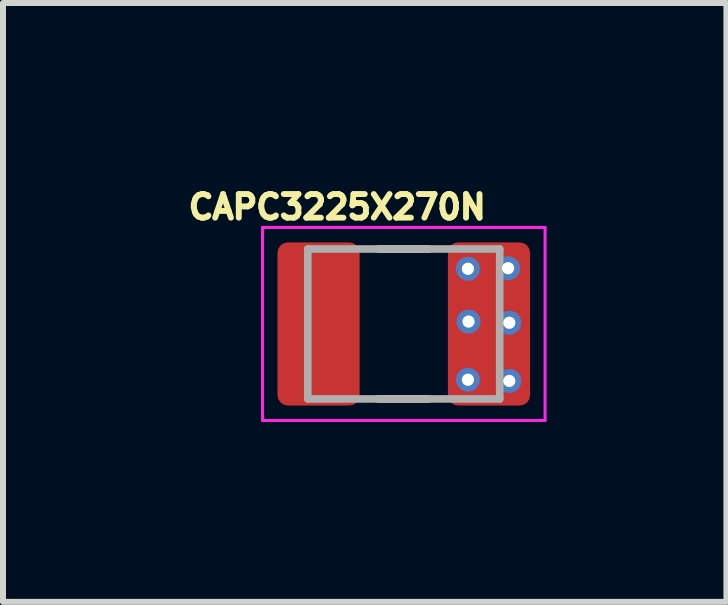
<source format=kicad_pcb>
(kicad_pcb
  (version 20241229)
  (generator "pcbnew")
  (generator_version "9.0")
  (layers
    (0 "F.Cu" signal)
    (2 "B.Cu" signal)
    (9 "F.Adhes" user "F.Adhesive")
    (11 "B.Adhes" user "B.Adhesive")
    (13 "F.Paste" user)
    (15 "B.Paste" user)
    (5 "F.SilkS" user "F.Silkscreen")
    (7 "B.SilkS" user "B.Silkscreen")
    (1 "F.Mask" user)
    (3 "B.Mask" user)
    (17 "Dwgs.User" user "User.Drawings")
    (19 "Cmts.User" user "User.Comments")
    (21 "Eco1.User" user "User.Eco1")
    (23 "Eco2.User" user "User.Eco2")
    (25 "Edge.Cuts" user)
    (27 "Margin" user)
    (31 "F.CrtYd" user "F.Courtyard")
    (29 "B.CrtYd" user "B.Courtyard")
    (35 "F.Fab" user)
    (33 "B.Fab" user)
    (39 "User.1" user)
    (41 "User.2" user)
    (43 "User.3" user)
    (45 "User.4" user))
  (footprint "CAPC3225X270N"
    (layer "F.Cu")
    (at 3.684 2.353)
    (property "Reference" "CAPC3225X270N" (at -1.11 -1.95 0) (layer "F.SilkS") (effects (font (size 0.394 0.394) (thickness 0.15))))
    (attr smd)
    (fp_line (start -0.42 -1.25) (end 0.42 -1.25) (stroke (width 0.127) (type solid)) (layer "F.SilkS"))
    (fp_line (start -0.42 1.25) (end 0.42 1.25) (stroke (width 0.127) (type solid)) (layer "F.SilkS"))
    (fp_line (start -2.356 -1.61) (end 2.356 -1.61) (stroke (width 0.05) (type solid)) (layer "F.CrtYd"))
    (fp_line (start -2.356 1.61) (end -2.356 -1.61) (stroke (width 0.05) (type solid)) (layer "F.CrtYd"))
    (fp_line (start -2.356 1.61) (end 2.356 1.61) (stroke (width 0.05) (type solid)) (layer "F.CrtYd"))
    (fp_line (start 2.356 1.61) (end 2.356 -1.61) (stroke (width 0.05) (type solid)) (layer "F.CrtYd"))
    (fp_line (start -1.6 1.25) (end -1.6 -1.25) (stroke (width 0.127) (type solid)) (layer "F.Fab"))
    (fp_line (start 1.6 -1.25) (end -1.6 -1.25) (stroke (width 0.127) (type solid)) (layer "F.Fab"))
    (fp_line (start 1.6 1.25) (end -1.6 1.25) (stroke (width 0.127) (type solid)) (layer "F.Fab"))
    (fp_line (start 1.6 1.25) (end 1.6 -1.25) (stroke (width 0.127) (type solid)) (layer "F.Fab"))
    (pad "1" smd roundrect (at -1.421 0) (size 1.37 2.72) (layers "F.Cu" "F.Mask" "F.Paste") (roundrect_rratio 0.125))
    (pad "2" smd roundrect (at 1.421 0) (size 1.37 2.72) (layers "F.Cu" "F.Mask" "F.Paste") (roundrect_rratio 0.125))
    (pad "19" thru_hole circle (at 1.07 -0.92) (size 0.4 0.4) (drill 0.203) (layers "*.Cu" "*.Mask"))
    (pad "19" thru_hole circle (at 1.07 0.93) (size 0.4 0.4) (drill 0.203) (layers "*.Cu" "*.Mask"))
    (pad "19" thru_hole circle (at 1.08 -0.04) (size 0.4 0.4) (drill 0.203) (layers "*.Cu" "*.Mask"))
    (pad "19" thru_hole circle (at 1.74 -0.93) (size 0.4 0.4) (drill 0.203) (layers "*.Cu" "*.Mask"))
    (pad "19" thru_hole circle (at 1.76 -0.02) (size 0.4 0.4) (drill 0.203) (layers "*.Cu" "*.Mask"))
    (pad "19" thru_hole circle (at 1.76 0.95) (size 0.4 0.4) (drill 0.203) (layers "*.Cu" "*.Mask")))
  (gr_rect
    (start -3 -3)
    (end 9.065 6.988)
    (stroke (width 0.1) (type default))
    (fill no)
    (layer "Edge.Cuts")))
</source>
